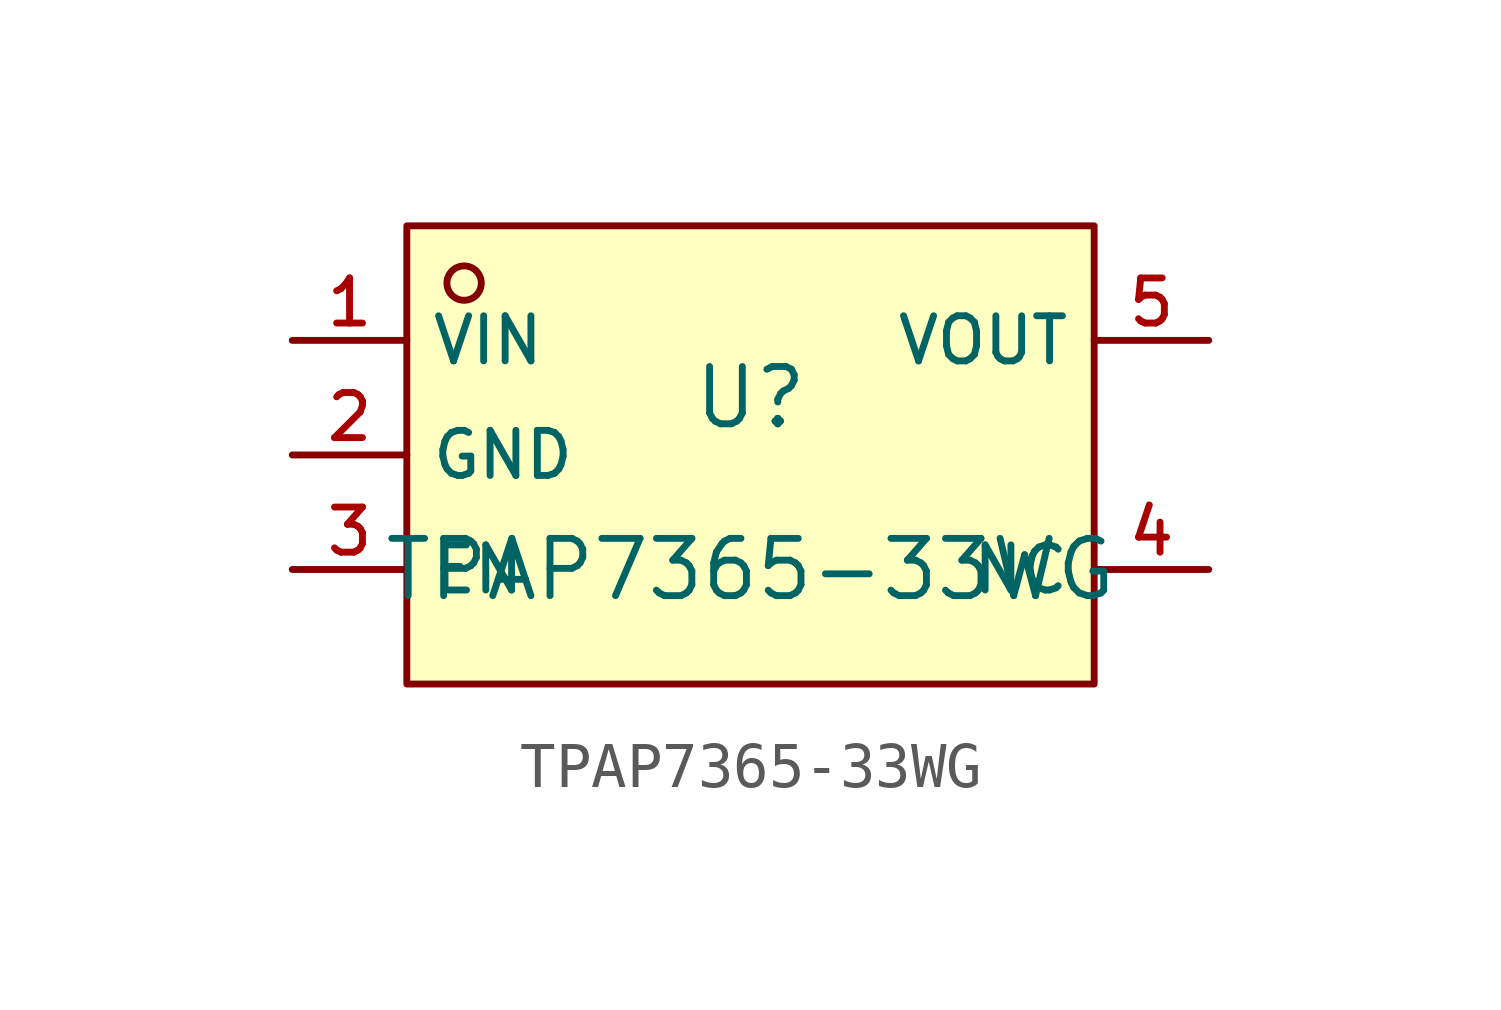
<source format=kicad_sym>
(kicad_symbol_lib
  (version 20210201)
  (generator TousstNicolas/JLC2KiCad_lib)
  (symbol "TPAP7365-33WG"
    (property "Reference" "U"
      (at 0 1.27 0)
      (effects (font (size 1.27 1.27))))
    (property "Value" "TPAP7365-33WG"
      (at 0 -2.54 0)
      (effects (font (size 1.27 1.27))))
    (symbol "TPAP7365-33WG_0_1"
      (rectangle (start -7.62 5.08) (end 7.62 -5.08) (stroke (width 0) (type default) (color 0 0 0 0)) (fill (type background)))
      (circle (center -6.35 3.81) (radius 0.381) (stroke (width 0) (type default) (color 0 0 0 0)) (fill (type background)))
      (pin unspecified line (at -10.16 2.54 0) (length 2.54) (name "VIN" (effects (font (size 1 1)))) (number "1" (effects (font (size 1 1)))))
      (pin unspecified line (at -10.16 -0.0 0) (length 2.54) (name "GND" (effects (font (size 1 1)))) (number "2" (effects (font (size 1 1)))))
      (pin unspecified line (at -10.16 -2.54 0) (length 2.54) (name "EN" (effects (font (size 1 1)))) (number "3" (effects (font (size 1 1)))))
      (pin unspecified line (at 10.16 -2.54 180) (length 2.54) (name "NC" (effects (font (size 1 1)))) (number "4" (effects (font (size 1 1)))))
      (pin unspecified line (at 10.16 2.54 180) (length 2.54) (name "VOUT" (effects (font (size 1 1)))) (number "5" (effects (font (size 1 1))))))))
</source>
